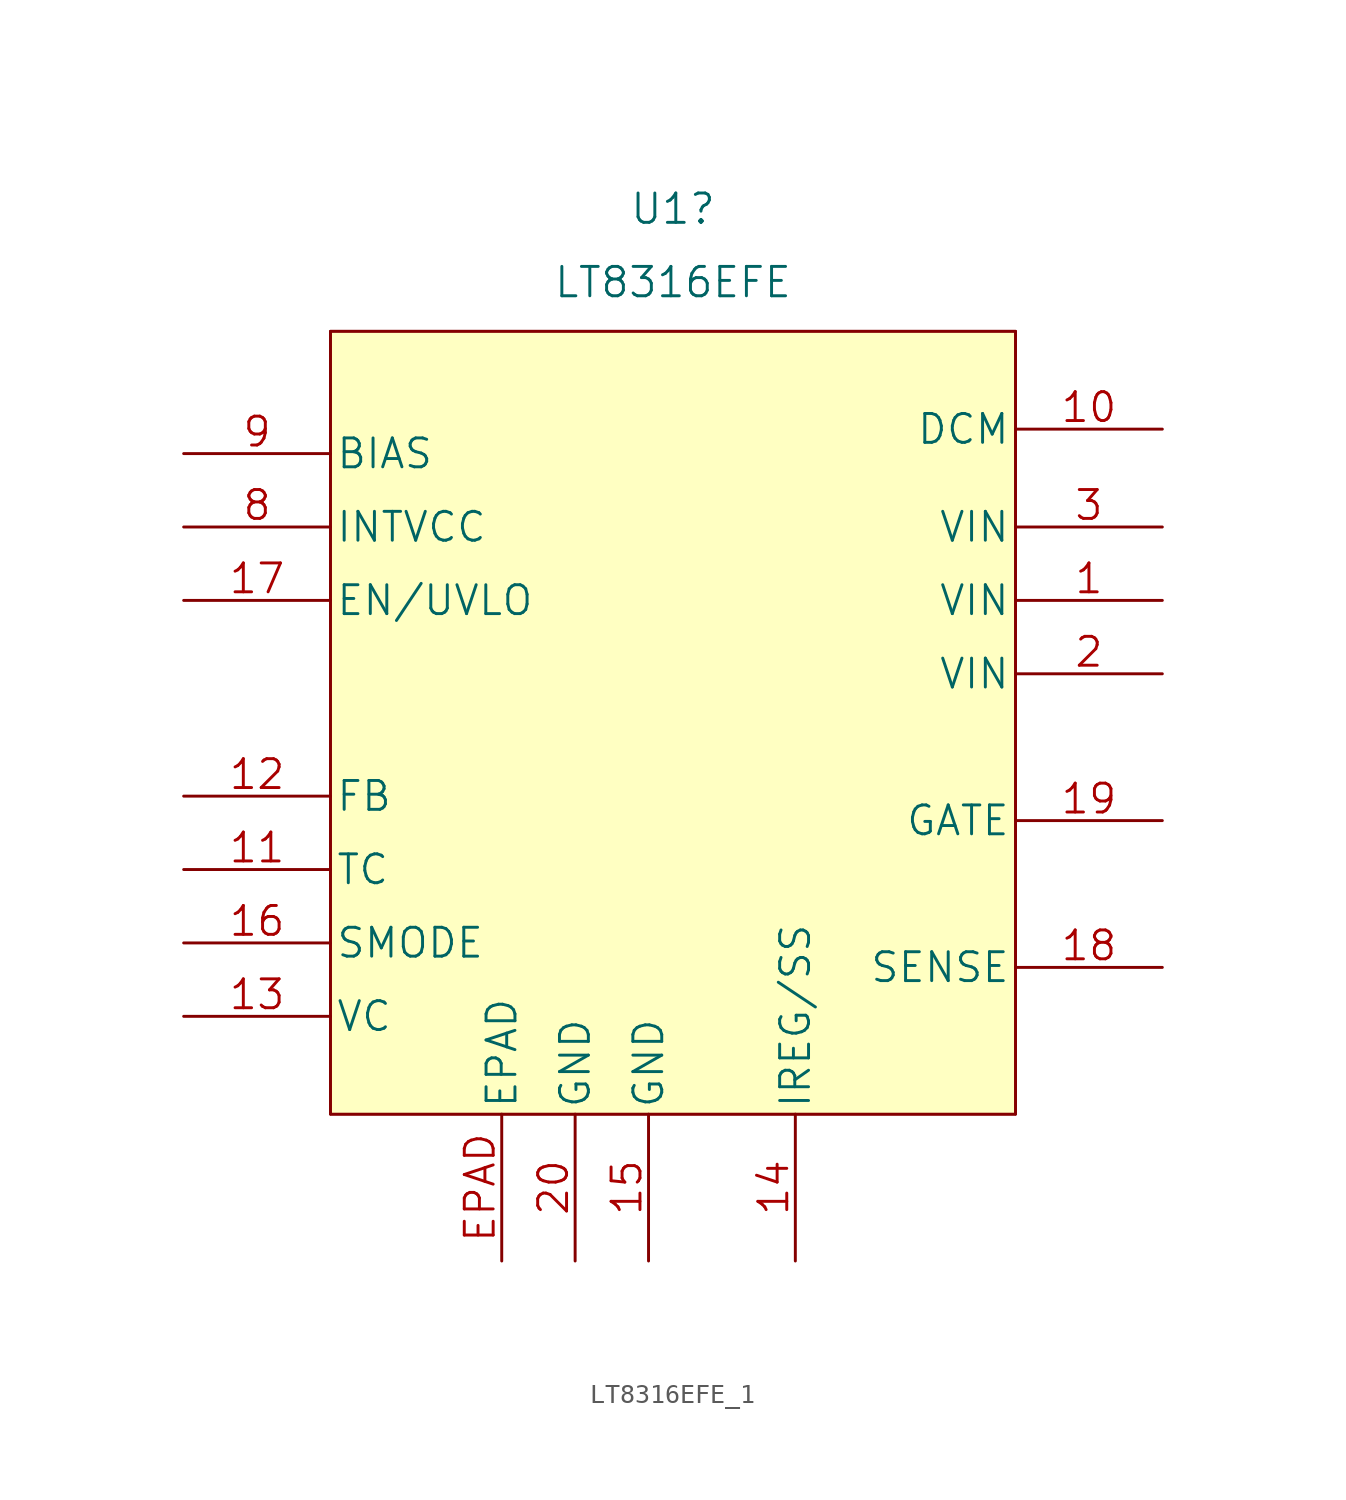
<source format=kicad_sym>
(kicad_symbol_lib
  (version 20220914)
  (generator kicad_symbol_editor)
  (symbol "LT8316EFE_1"
    (pin_names
      (offset 0.254))
    (property "Reference" "U1"
      (at 25.4 16.51 0)
      (effects (font (size 1.524 1.524))))
    (property "Value" "LT8316EFE"
      (at 25.4 12.7 0)
      (effects (font (size 1.524 1.524))))
    (symbol "LT8316EFE_1_0_1"
      (rectangle (start 7.62 10.16) (end 43.18 -30.48) (stroke (width 0) (type default)) (fill (type background))))
    (symbol "LT8316EFE_1_1_1"
      (polyline (pts (xy 7.62 -30.48) (xy 43.18 -30.48)) (stroke (width 0.127) (type default)) (fill (type none)))
      (polyline (pts (xy 7.62 10.16) (xy 7.62 -30.48)) (stroke (width 0.127) (type default)) (fill (type none)))
      (polyline (pts (xy 43.18 -30.48) (xy 43.18 10.16)) (stroke (width 0.127) (type default)) (fill (type none)))
      (polyline (pts (xy 43.18 10.16) (xy 7.62 10.16)) (stroke (width 0.127) (type default)) (fill (type none)))
      (pin power_in line (at 50.8 -3.81 180) (length 7.62) (name "VIN" (effects (font (size 1.499 1.499)))) (number "1" (effects (font (size 1.499 1.499)))))
      (pin passive line (at 50.8 5.08 180) (length 7.62) (name "DCM" (effects (font (size 1.499 1.499)))) (number "10" (effects (font (size 1.499 1.499)))))
      (pin passive line (at 0 -17.78 0) (length 7.62) (name "TC" (effects (font (size 1.499 1.499)))) (number "11" (effects (font (size 1.499 1.499)))))
      (pin input line (at 0 -13.97 0) (length 7.62) (name "FB" (effects (font (size 1.499 1.499)))) (number "12" (effects (font (size 1.499 1.499)))))
      (pin passive line (at 0 -25.4 0) (length 7.62) (name "VC" (effects (font (size 1.499 1.499)))) (number "13" (effects (font (size 1.499 1.499)))))
      (pin passive line (at 31.75 -38.1 90) (length 7.62) (name "IREG/SS" (effects (font (size 1.499 1.499)))) (number "14" (effects (font (size 1.499 1.499)))))
      (pin power_in line (at 24.13 -38.1 90) (length 7.62) (name "GND" (effects (font (size 1.499 1.499)))) (number "15" (effects (font (size 1.499 1.499)))))
      (pin passive line (at 0 -21.59 0) (length 7.62) (name "SMODE" (effects (font (size 1.499 1.499)))) (number "16" (effects (font (size 1.499 1.499)))))
      (pin passive line (at 0 -3.81 0) (length 7.62) (name "EN/UVLO" (effects (font (size 1.499 1.499)))) (number "17" (effects (font (size 1.499 1.499)))))
      (pin input line (at 50.8 -22.86 180) (length 7.62) (name "SENSE" (effects (font (size 1.499 1.499)))) (number "18" (effects (font (size 1.499 1.499)))))
      (pin output line (at 50.8 -15.24 180) (length 7.62) (name "GATE" (effects (font (size 1.499 1.499)))) (number "19" (effects (font (size 1.499 1.499)))))
      (pin power_in line (at 50.8 -7.62 180) (length 7.62) (name "VIN" (effects (font (size 1.499 1.499)))) (number "2" (effects (font (size 1.499 1.499)))))
      (pin power_in line (at 20.32 -38.1 90) (length 7.62) (name "GND" (effects (font (size 1.499 1.499)))) (number "20" (effects (font (size 1.499 1.499)))))
      (pin power_in line (at 50.8 0 180) (length 7.62) (name "VIN" (effects (font (size 1.499 1.499)))) (number "3" (effects (font (size 1.499 1.499)))))
      (pin passive line (at 0 0 0) (length 7.62) (name "INTVCC" (effects (font (size 1.499 1.499)))) (number "8" (effects (font (size 1.499 1.499)))))
      (pin passive line (at 0 3.81 0) (length 7.62) (name "BIAS" (effects (font (size 1.499 1.499)))) (number "9" (effects (font (size 1.499 1.499)))))
      (pin power_in line (at 16.51 -38.1 90) (length 7.62) (name "EPAD" (effects (font (size 1.499 1.499)))) (number "EPAD" (effects (font (size 1.499 1.499))))))))
</source>
